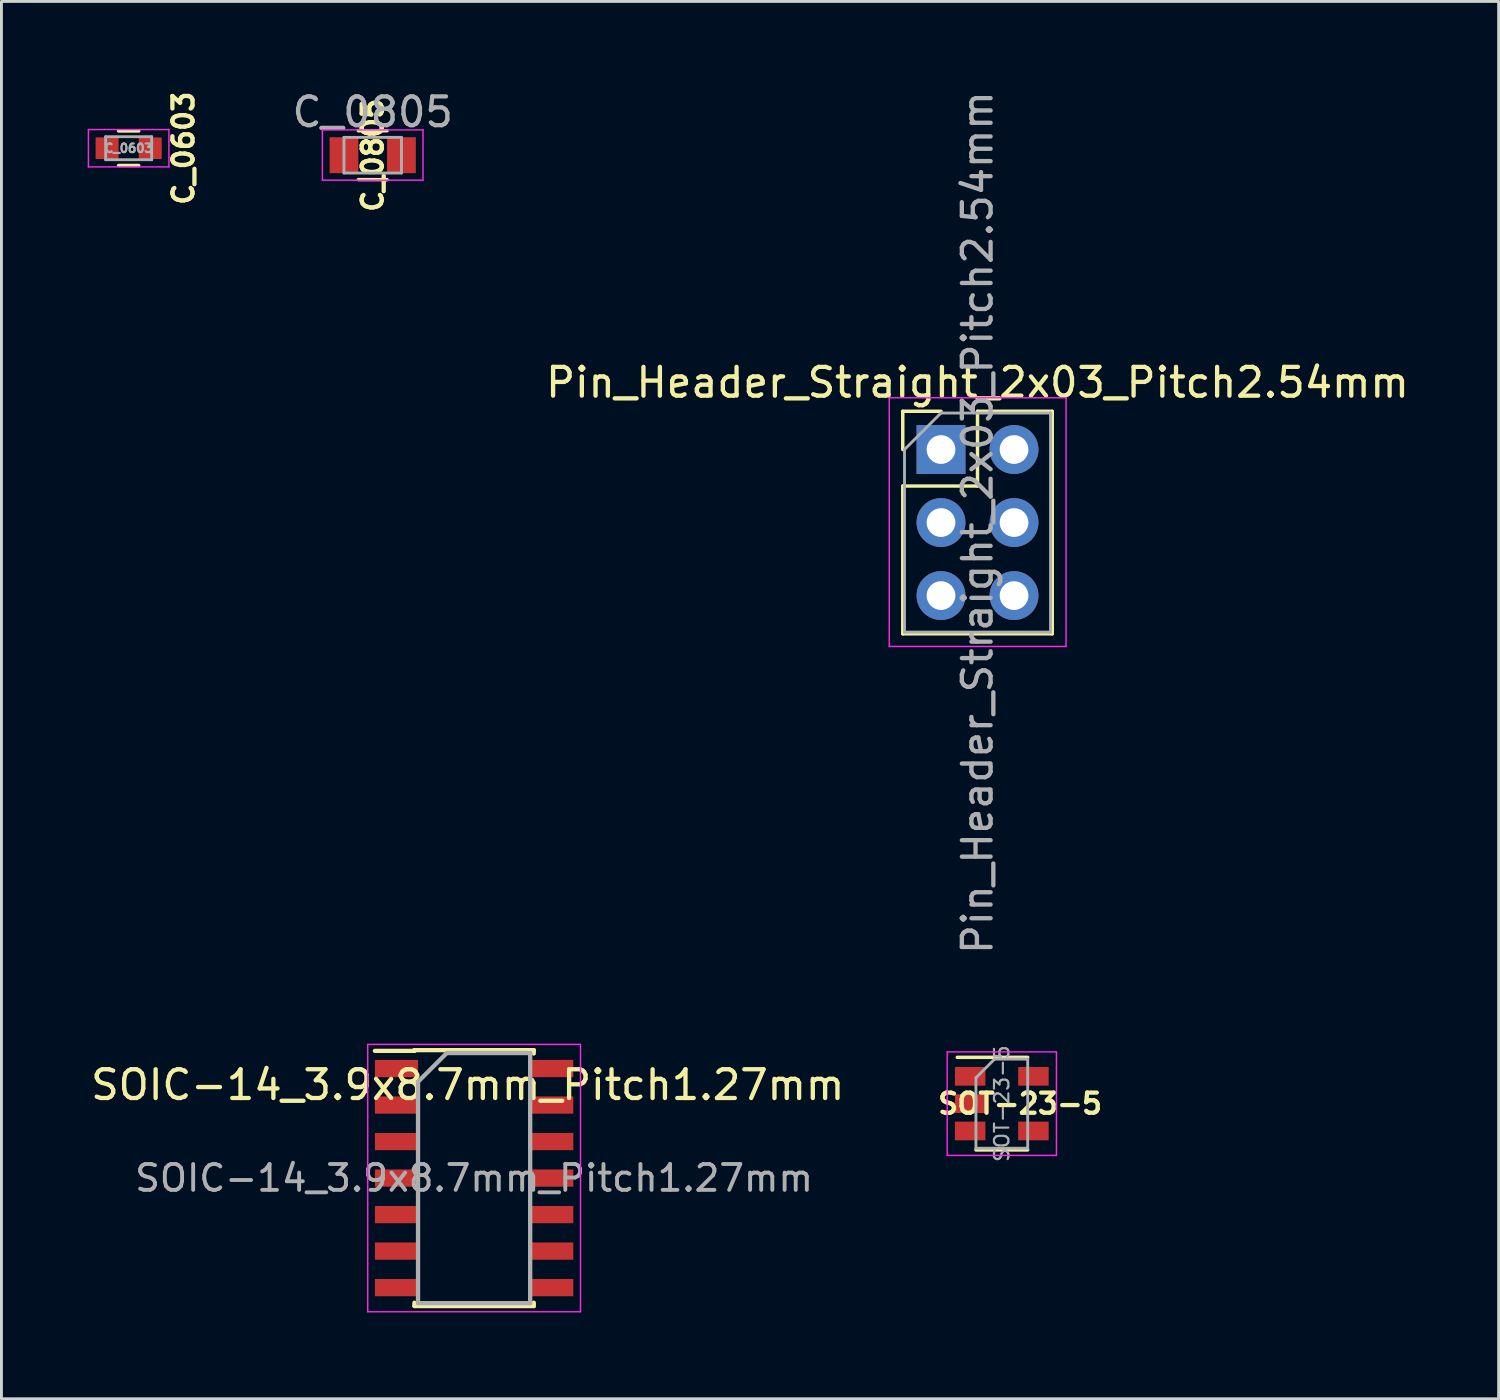
<source format=kicad_pcb>
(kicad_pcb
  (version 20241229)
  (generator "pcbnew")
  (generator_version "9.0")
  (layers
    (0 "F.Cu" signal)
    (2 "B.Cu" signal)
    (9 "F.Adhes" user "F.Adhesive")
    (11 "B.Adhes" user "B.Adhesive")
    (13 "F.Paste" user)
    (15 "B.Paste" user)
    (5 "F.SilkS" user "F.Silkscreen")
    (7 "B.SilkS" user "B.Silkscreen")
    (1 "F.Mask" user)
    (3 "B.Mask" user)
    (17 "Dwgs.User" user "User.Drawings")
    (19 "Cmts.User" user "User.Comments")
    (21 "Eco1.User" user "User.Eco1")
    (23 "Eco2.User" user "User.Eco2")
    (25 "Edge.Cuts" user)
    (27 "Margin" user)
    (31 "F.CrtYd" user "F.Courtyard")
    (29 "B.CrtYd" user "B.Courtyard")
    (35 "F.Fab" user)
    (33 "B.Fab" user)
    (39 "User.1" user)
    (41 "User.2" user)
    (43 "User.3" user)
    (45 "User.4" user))
  (footprint "SOT-23-5"
    (layer "F.Cu")
    (at 31.794 35.336)
    (property "Reference" "SOT-23-5" (at 0.635 0 0) (layer "F.SilkS") (effects (font (size 0.7 0.7) (thickness 0.15))))
    (attr smd)
    (fp_line (start -0.9 1.61) (end 0.9 1.61) (stroke (width 0.12) (type solid)) (layer "F.SilkS"))
    (fp_line (start 0.9 -1.61) (end -1.55 -1.61) (stroke (width 0.12) (type solid)) (layer "F.SilkS"))
    (fp_line (start -1.9 -1.8) (end 1.9 -1.8) (stroke (width 0.05) (type solid)) (layer "F.CrtYd"))
    (fp_line (start -1.9 1.8) (end -1.9 -1.8) (stroke (width 0.05) (type solid)) (layer "F.CrtYd"))
    (fp_line (start 1.9 -1.8) (end 1.9 1.8) (stroke (width 0.05) (type solid)) (layer "F.CrtYd"))
    (fp_line (start 1.9 1.8) (end -1.9 1.8) (stroke (width 0.05) (type solid)) (layer "F.CrtYd"))
    (fp_line (start -0.9 -0.9) (end -0.9 1.55) (stroke (width 0.1) (type solid)) (layer "F.Fab"))
    (fp_line (start -0.9 -0.9) (end -0.25 -1.55) (stroke (width 0.1) (type solid)) (layer "F.Fab"))
    (fp_line (start 0.9 -1.55) (end -0.25 -1.55) (stroke (width 0.1) (type solid)) (layer "F.Fab"))
    (fp_line (start 0.9 -1.55) (end 0.9 1.55) (stroke (width 0.1) (type solid)) (layer "F.Fab"))
    (fp_line (start 0.9 1.55) (end -0.9 1.55) (stroke (width 0.1) (type solid)) (layer "F.Fab"))
    (fp_text user "${REFERENCE}" (at 0 0 90) (layer "F.Fab") (effects (font (size 0.5 0.5) (thickness 0.075))))
    (pad "1" smd rect (at -1.1 -0.95) (size 1.06 0.65) (layers "F.Cu" "F.Mask" "F.Paste"))
    (pad "2" smd rect (at -1.1 0) (size 1.06 0.65) (layers "F.Cu" "F.Mask" "F.Paste"))
    (pad "3" smd rect (at -1.1 0.95) (size 1.06 0.65) (layers "F.Cu" "F.Mask" "F.Paste"))
    (pad "4" smd rect (at 1.1 0.95) (size 1.06 0.65) (layers "F.Cu" "F.Mask" "F.Paste"))
    (pad "5" smd rect (at 1.1 -0.95) (size 1.06 0.65) (layers "F.Cu" "F.Mask" "F.Paste")))
  (footprint "Pin_Header_Straight_2x03_Pitch2.54mm"
    (layer "F.Cu")
    (at 29.679 12.585)
    (property "Reference" "Pin_Header_Straight_2x03_Pitch2.54mm" (at 1.27 -2.33 0) (layer "F.SilkS") (effects (font (size 1 1) (thickness 0.15))))
    (attr through_hole)
    (fp_line (start -1.33 -1.33) (end 0 -1.33) (stroke (width 0.12) (type solid)) (layer "F.SilkS"))
    (fp_line (start -1.33 0) (end -1.33 -1.33) (stroke (width 0.12) (type solid)) (layer "F.SilkS"))
    (fp_line (start -1.33 1.27) (end -1.33 6.41) (stroke (width 0.12) (type solid)) (layer "F.SilkS"))
    (fp_line (start -1.33 1.27) (end 1.27 1.27) (stroke (width 0.12) (type solid)) (layer "F.SilkS"))
    (fp_line (start -1.33 6.41) (end 3.87 6.41) (stroke (width 0.12) (type solid)) (layer "F.SilkS"))
    (fp_line (start 1.27 -1.33) (end 3.87 -1.33) (stroke (width 0.12) (type solid)) (layer "F.SilkS"))
    (fp_line (start 1.27 1.27) (end 1.27 -1.33) (stroke (width 0.12) (type solid)) (layer "F.SilkS"))
    (fp_line (start 3.87 -1.33) (end 3.87 6.41) (stroke (width 0.12) (type solid)) (layer "F.SilkS"))
    (fp_line (start -1.8 -1.8) (end -1.8 6.85) (stroke (width 0.05) (type solid)) (layer "F.CrtYd"))
    (fp_line (start -1.8 6.85) (end 4.35 6.85) (stroke (width 0.05) (type solid)) (layer "F.CrtYd"))
    (fp_line (start 4.35 -1.8) (end -1.8 -1.8) (stroke (width 0.05) (type solid)) (layer "F.CrtYd"))
    (fp_line (start 4.35 6.85) (end 4.35 -1.8) (stroke (width 0.05) (type solid)) (layer "F.CrtYd"))
    (fp_line (start -1.27 0) (end 0 -1.27) (stroke (width 0.1) (type solid)) (layer "F.Fab"))
    (fp_line (start -1.27 6.35) (end -1.27 0) (stroke (width 0.1) (type solid)) (layer "F.Fab"))
    (fp_line (start 0 -1.27) (end 3.81 -1.27) (stroke (width 0.1) (type solid)) (layer "F.Fab"))
    (fp_line (start 3.81 -1.27) (end 3.81 6.35) (stroke (width 0.1) (type solid)) (layer "F.Fab"))
    (fp_line (start 3.81 6.35) (end -1.27 6.35) (stroke (width 0.1) (type solid)) (layer "F.Fab"))
    (fp_text user "${REFERENCE}" (at 1.27 2.54 90) (layer "F.Fab") (effects (font (size 1 1) (thickness 0.15))))
    (pad "1" thru_hole rect (at 0 0) (size 1.7 1.7) (drill 1) (layers "*.Cu" "*.Mask"))
    (pad "2" thru_hole oval (at 2.54 0) (size 1.7 1.7) (drill 1) (layers "*.Cu" "*.Mask"))
    (pad "3" thru_hole oval (at 0 2.54) (size 1.7 1.7) (drill 1) (layers "*.Cu" "*.Mask"))
    (pad "4" thru_hole oval (at 2.54 2.54) (size 1.7 1.7) (drill 1) (layers "*.Cu" "*.Mask"))
    (pad "5" thru_hole oval (at 0 5.08) (size 1.7 1.7) (drill 1) (layers "*.Cu" "*.Mask"))
    (pad "6" thru_hole oval (at 2.54 5.08) (size 1.7 1.7) (drill 1) (layers "*.Cu" "*.Mask")))
  (footprint "SOIC-14_3.9x8.7mm_Pitch1.27mm"
    (layer "F.Cu")
    (at 13.44 37.925)
    (property "Reference" "SOIC-14_3.9x8.7mm_Pitch1.27mm" (at -0.22 -3.24 0) (layer "F.SilkS") (effects (font (size 1 1) (thickness 0.15))))
    (attr smd)
    (fp_line (start -2.075 -4.45) (end -2.075 -4.425) (stroke (width 0.15) (type solid)) (layer "F.SilkS"))
    (fp_line (start -2.075 -4.45) (end 2.075 -4.45) (stroke (width 0.15) (type solid)) (layer "F.SilkS"))
    (fp_line (start -2.075 -4.425) (end -3.45 -4.425) (stroke (width 0.15) (type solid)) (layer "F.SilkS"))
    (fp_line (start -2.075 4.45) (end -2.075 4.335) (stroke (width 0.15) (type solid)) (layer "F.SilkS"))
    (fp_line (start -2.075 4.45) (end 2.075 4.45) (stroke (width 0.15) (type solid)) (layer "F.SilkS"))
    (fp_line (start 2.075 -4.45) (end 2.075 -4.335) (stroke (width 0.15) (type solid)) (layer "F.SilkS"))
    (fp_line (start 2.075 4.45) (end 2.075 4.335) (stroke (width 0.15) (type solid)) (layer "F.SilkS"))
    (fp_line (start -3.7 -4.65) (end -3.7 4.65) (stroke (width 0.05) (type solid)) (layer "F.CrtYd"))
    (fp_line (start -3.7 -4.65) (end 3.7 -4.65) (stroke (width 0.05) (type solid)) (layer "F.CrtYd"))
    (fp_line (start -3.7 4.65) (end 3.7 4.65) (stroke (width 0.05) (type solid)) (layer "F.CrtYd"))
    (fp_line (start 3.7 -4.65) (end 3.7 4.65) (stroke (width 0.05) (type solid)) (layer "F.CrtYd"))
    (fp_line (start -1.95 -3.35) (end -0.95 -4.35) (stroke (width 0.15) (type solid)) (layer "F.Fab"))
    (fp_line (start -1.95 4.35) (end -1.95 -3.35) (stroke (width 0.15) (type solid)) (layer "F.Fab"))
    (fp_line (start -0.95 -4.35) (end 1.95 -4.35) (stroke (width 0.15) (type solid)) (layer "F.Fab"))
    (fp_line (start 1.95 -4.35) (end 1.95 4.35) (stroke (width 0.15) (type solid)) (layer "F.Fab"))
    (fp_line (start 1.95 4.35) (end -1.95 4.35) (stroke (width 0.15) (type solid)) (layer "F.Fab"))
    (fp_text user "${REFERENCE}" (at 0 0 0) (layer "F.Fab") (effects (font (size 0.9 0.9) (thickness 0.135))))
    (pad "1" smd rect (at -2.7 -3.81) (size 1.5 0.6) (layers "F.Cu" "F.Mask" "F.Paste"))
    (pad "2" smd rect (at -2.7 -2.54) (size 1.5 0.6) (layers "F.Cu" "F.Mask" "F.Paste"))
    (pad "3" smd rect (at -2.7 -1.27) (size 1.5 0.6) (layers "F.Cu" "F.Mask" "F.Paste"))
    (pad "4" smd rect (at -2.7 0) (size 1.5 0.6) (layers "F.Cu" "F.Mask" "F.Paste"))
    (pad "5" smd rect (at -2.7 1.27) (size 1.5 0.6) (layers "F.Cu" "F.Mask" "F.Paste"))
    (pad "6" smd rect (at -2.7 2.54) (size 1.5 0.6) (layers "F.Cu" "F.Mask" "F.Paste"))
    (pad "7" smd rect (at -2.7 3.81) (size 1.5 0.6) (layers "F.Cu" "F.Mask" "F.Paste"))
    (pad "8" smd rect (at 2.7 3.81) (size 1.5 0.6) (layers "F.Cu" "F.Mask" "F.Paste"))
    (pad "9" smd rect (at 2.7 2.54) (size 1.5 0.6) (layers "F.Cu" "F.Mask" "F.Paste"))
    (pad "10" smd rect (at 2.7 1.27) (size 1.5 0.6) (layers "F.Cu" "F.Mask" "F.Paste"))
    (pad "11" smd rect (at 2.7 0) (size 1.5 0.6) (layers "F.Cu" "F.Mask" "F.Paste"))
    (pad "12" smd rect (at 2.7 -1.27) (size 1.5 0.6) (layers "F.Cu" "F.Mask" "F.Paste"))
    (pad "13" smd rect (at 2.7 -2.54) (size 1.5 0.6) (layers "F.Cu" "F.Mask" "F.Paste"))
    (pad "14" smd rect (at 2.7 -3.81) (size 1.5 0.6) (layers "F.Cu" "F.Mask" "F.Paste")))
  (footprint "C_0805"
    (layer "F.Cu")
    (at 9.913 2.348)
    (property "Reference" "C_0805" (at 0 0 90) (layer "F.SilkS") (effects (font (size 0.7 0.7) (thickness 0.15))))
    (attr smd)
    (fp_line (start -0.5 0.85) (end 0.5 0.85) (stroke (width 0.12) (type solid)) (layer "F.SilkS"))
    (fp_line (start 0.5 -0.85) (end -0.5 -0.85) (stroke (width 0.12) (type solid)) (layer "F.SilkS"))
    (fp_line (start -1.75 -0.88) (end -1.75 0.87) (stroke (width 0.05) (type solid)) (layer "F.CrtYd"))
    (fp_line (start -1.75 -0.88) (end 1.75 -0.88) (stroke (width 0.05) (type solid)) (layer "F.CrtYd"))
    (fp_line (start 1.75 0.87) (end -1.75 0.87) (stroke (width 0.05) (type solid)) (layer "F.CrtYd"))
    (fp_line (start 1.75 0.87) (end 1.75 -0.88) (stroke (width 0.05) (type solid)) (layer "F.CrtYd"))
    (fp_line (start -1 -0.62) (end 1 -0.62) (stroke (width 0.1) (type solid)) (layer "F.Fab"))
    (fp_line (start -1 0.62) (end -1 -0.62) (stroke (width 0.1) (type solid)) (layer "F.Fab"))
    (fp_line (start 1 -0.62) (end 1 0.62) (stroke (width 0.1) (type solid)) (layer "F.Fab"))
    (fp_line (start 1 0.62) (end -1 0.62) (stroke (width 0.1) (type solid)) (layer "F.Fab"))
    (fp_text user "${REFERENCE}" (at 0 -1.5 0) (layer "F.Fab") (effects (font (size 1 1) (thickness 0.15))))
    (pad "1" smd rect (at -1 0) (size 1 1.25) (layers "F.Cu" "F.Mask" "F.Paste"))
    (pad "2" smd rect (at 1 0) (size 1 1.25) (layers "F.Cu" "F.Mask" "F.Paste")))
  (footprint "C_0603"
    (layer "F.Cu")
    (at 1.425 2.105)
    (property "Reference" "C_0603" (at 1.905 0 90) (layer "F.SilkS") (effects (font (size 0.7 0.7) (thickness 0.15))))
    (attr smd)
    (fp_line (start -0.35 -0.6) (end 0.35 -0.6) (stroke (width 0.12) (type solid)) (layer "F.SilkS"))
    (fp_line (start 0.35 0.6) (end -0.35 0.6) (stroke (width 0.12) (type solid)) (layer "F.SilkS"))
    (fp_line (start -1.4 -0.65) (end -1.4 0.65) (stroke (width 0.05) (type solid)) (layer "F.CrtYd"))
    (fp_line (start -1.4 -0.65) (end 1.4 -0.65) (stroke (width 0.05) (type solid)) (layer "F.CrtYd"))
    (fp_line (start 1.4 0.65) (end -1.4 0.65) (stroke (width 0.05) (type solid)) (layer "F.CrtYd"))
    (fp_line (start 1.4 0.65) (end 1.4 -0.65) (stroke (width 0.05) (type solid)) (layer "F.CrtYd"))
    (fp_line (start -0.8 -0.4) (end 0.8 -0.4) (stroke (width 0.1) (type solid)) (layer "F.Fab"))
    (fp_line (start -0.8 0.4) (end -0.8 -0.4) (stroke (width 0.1) (type solid)) (layer "F.Fab"))
    (fp_line (start 0.8 -0.4) (end 0.8 0.4) (stroke (width 0.1) (type solid)) (layer "F.Fab"))
    (fp_line (start 0.8 0.4) (end -0.8 0.4) (stroke (width 0.1) (type solid)) (layer "F.Fab"))
    (fp_text user "${REFERENCE}" (at 0 0 0) (layer "F.Fab") (effects (font (size 0.3 0.3) (thickness 0.075))))
    (pad "1" smd rect (at -0.75 0) (size 0.8 0.75) (layers "F.Cu" "F.Mask" "F.Paste"))
    (pad "2" smd rect (at 0.75 0) (size 0.8 0.75) (layers "F.Cu" "F.Mask" "F.Paste")))
  (gr_rect
    (start -3 -3)
    (end 49.074 45.6)
    (stroke (width 0.1) (type default))
    (fill no)
    (layer "Edge.Cuts")))
</source>
